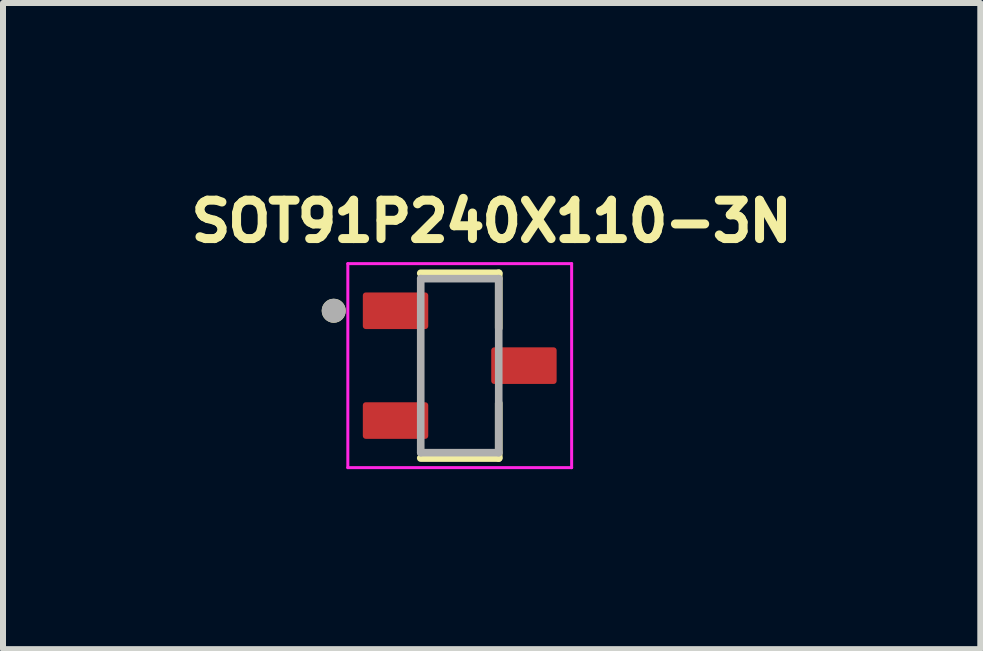
<source format=kicad_pcb>
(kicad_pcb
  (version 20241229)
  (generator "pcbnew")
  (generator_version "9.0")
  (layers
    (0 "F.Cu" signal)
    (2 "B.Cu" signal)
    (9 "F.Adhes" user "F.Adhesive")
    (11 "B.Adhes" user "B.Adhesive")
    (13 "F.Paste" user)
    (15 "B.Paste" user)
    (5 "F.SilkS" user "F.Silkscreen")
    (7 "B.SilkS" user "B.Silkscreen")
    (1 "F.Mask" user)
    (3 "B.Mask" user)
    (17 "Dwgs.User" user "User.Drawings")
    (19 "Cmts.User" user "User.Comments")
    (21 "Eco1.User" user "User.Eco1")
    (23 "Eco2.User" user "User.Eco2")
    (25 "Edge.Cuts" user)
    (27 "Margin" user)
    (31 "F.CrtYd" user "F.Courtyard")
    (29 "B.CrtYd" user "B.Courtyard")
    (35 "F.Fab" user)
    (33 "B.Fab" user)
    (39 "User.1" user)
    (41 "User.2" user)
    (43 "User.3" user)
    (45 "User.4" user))
  (footprint "SOT91P240X110-3N"
    (layer "F.Cu")
    (at 4.612 3.044)
    (property "Reference" "SOT91P240X110-3N" (at 0.532 -2.406 0) (layer "F.SilkS") (effects (font (size 0.64 0.64) (thickness 0.15))))
    (attr smd)
    (fp_line (start -0.65 -1.54) (end 0.65 -1.54) (stroke (width 0.127) (type solid)) (layer "F.SilkS"))
    (fp_line (start -0.65 1.54) (end 0.65 1.54) (stroke (width 0.127) (type solid)) (layer "F.SilkS"))
    (fp_line (start 0.65 -1.54) (end 0.65 -0.625) (stroke (width 0.127) (type solid)) (layer "F.SilkS"))
    (fp_line (start 0.65 1.54) (end 0.65 0.625) (stroke (width 0.127) (type solid)) (layer "F.SilkS"))
    (fp_circle (center -2.1 -0.915) (end -2 -0.915) (stroke (width 0.2) (type solid)) (fill no) (layer "F.SilkS"))
    (fp_line (start -1.865 -1.7) (end 1.865 -1.7) (stroke (width 0.05) (type solid)) (layer "F.CrtYd"))
    (fp_line (start -1.865 1.7) (end -1.865 -1.7) (stroke (width 0.05) (type solid)) (layer "F.CrtYd"))
    (fp_line (start 1.865 1.7) (end -1.865 1.7) (stroke (width 0.05) (type solid)) (layer "F.CrtYd"))
    (fp_line (start 1.865 1.7) (end 1.865 -1.7) (stroke (width 0.05) (type solid)) (layer "F.CrtYd"))
    (fp_line (start -0.65 -1.45) (end 0.65 -1.45) (stroke (width 0.127) (type solid)) (layer "F.Fab"))
    (fp_line (start -0.65 1.45) (end -0.65 -1.45) (stroke (width 0.127) (type solid)) (layer "F.Fab"))
    (fp_line (start 0.65 -1.45) (end 0.65 1.45) (stroke (width 0.127) (type solid)) (layer "F.Fab"))
    (fp_line (start 0.65 1.45) (end -0.65 1.45) (stroke (width 0.127) (type solid)) (layer "F.Fab"))
    (fp_circle (center -2.1 -0.915) (end -2 -0.915) (stroke (width 0.2) (type solid)) (fill no) (layer "F.Fab"))
    (pad "1" smd roundrect (at -1.07 -0.915) (size 1.09 0.61) (layers "F.Cu" "F.Mask" "F.Paste") (roundrect_rratio 0.08))
    (pad "2" smd roundrect (at -1.07 0.915) (size 1.09 0.61) (layers "F.Cu" "F.Mask" "F.Paste") (roundrect_rratio 0.08))
    (pad "3" smd roundrect (at 1.07 0) (size 1.09 0.61) (layers "F.Cu" "F.Mask" "F.Paste") (roundrect_rratio 0.08)))
  (gr_rect
    (start -3 -3)
    (end 13.288 7.769)
    (stroke (width 0.1) (type default))
    (fill no)
    (layer "Edge.Cuts")))
</source>
